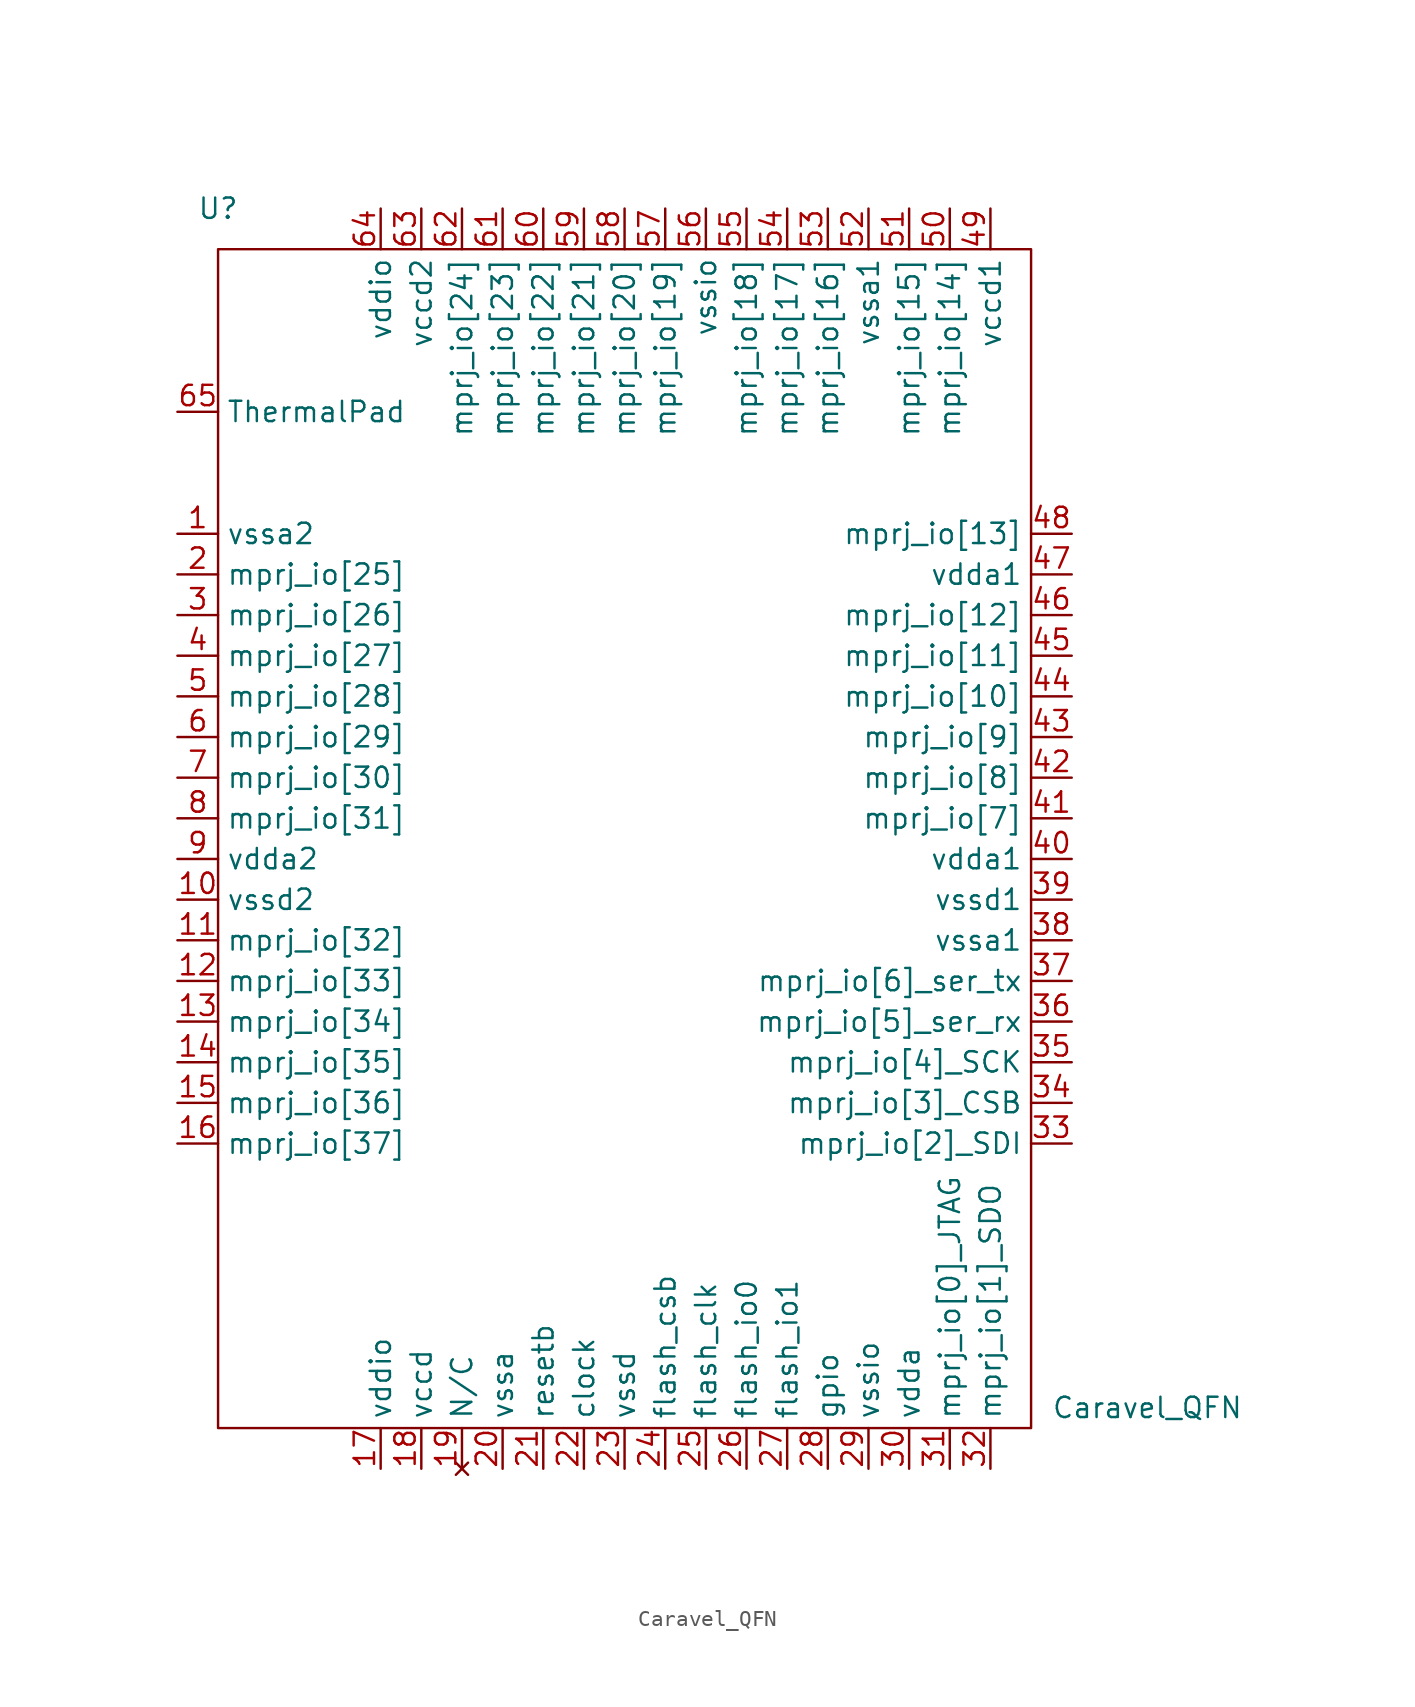
<source format=kicad_sym>
(kicad_symbol_lib
  (version 20211014)
  (generator kicad_symbol_editor)
  (symbol "Caravel_QFN"
    (property "Reference" "U"
      (at -26.67 43.18 0)
      (effects (font (size 1.27 1.27))))
    (property "Value" "Caravel_QFN"
      (at 25.4 -31.75 0)
      (effects (font (size 1.27 1.27)) (justify left)))
    (symbol "Caravel_QFN_0_1"
      (rectangle (start -26.67 40.64) (end 24.13 -33.02) (stroke (width 0) (type default) (color 0 0 0 0)) (fill (type none))))
    (symbol "Caravel_QFN_1_1"
      (pin power_in line (at -29.21 22.86 0) (length 2.54) (name "vssa2" (effects (font (size 1.27 1.27)))) (number "1" (effects (font (size 1.27 1.27)))))
      (pin power_in line (at -29.21 0 0) (length 2.54) (name "vssd2" (effects (font (size 1.27 1.27)))) (number "10" (effects (font (size 1.27 1.27)))))
      (pin bidirectional line (at -29.21 -2.54 0) (length 2.54) (name "mprj_io[32]" (effects (font (size 1.27 1.27)))) (number "11" (effects (font (size 1.27 1.27)))))
      (pin bidirectional line (at -29.21 -5.08 0) (length 2.54) (name "mprj_io[33]" (effects (font (size 1.27 1.27)))) (number "12" (effects (font (size 1.27 1.27)))))
      (pin bidirectional line (at -29.21 -7.62 0) (length 2.54) (name "mprj_io[34]" (effects (font (size 1.27 1.27)))) (number "13" (effects (font (size 1.27 1.27)))))
      (pin bidirectional line (at -29.21 -10.16 0) (length 2.54) (name "mprj_io[35]" (effects (font (size 1.27 1.27)))) (number "14" (effects (font (size 1.27 1.27)))))
      (pin bidirectional line (at -29.21 -12.7 0) (length 2.54) (name "mprj_io[36]" (effects (font (size 1.27 1.27)))) (number "15" (effects (font (size 1.27 1.27)))))
      (pin bidirectional line (at -29.21 -15.24 0) (length 2.54) (name "mprj_io[37]" (effects (font (size 1.27 1.27)))) (number "16" (effects (font (size 1.27 1.27)))))
      (pin power_in line (at -16.51 -35.56 90) (length 2.54) (name "vddio" (effects (font (size 1.27 1.27)))) (number "17" (effects (font (size 1.27 1.27)))))
      (pin power_in line (at -13.97 -35.56 90) (length 2.54) (name "vccd" (effects (font (size 1.27 1.27)))) (number "18" (effects (font (size 1.27 1.27)))))
      (pin no_connect line (at -11.43 -35.56 90) (length 2.54) (name "N/C" (effects (font (size 1.27 1.27)))) (number "19" (effects (font (size 1.27 1.27)))))
      (pin bidirectional line (at -29.21 20.32 0) (length 2.54) (name "mprj_io[25]" (effects (font (size 1.27 1.27)))) (number "2" (effects (font (size 1.27 1.27)))))
      (pin power_in line (at -8.89 -35.56 90) (length 2.54) (name "vssa" (effects (font (size 1.27 1.27)))) (number "20" (effects (font (size 1.27 1.27)))))
      (pin input line (at -6.35 -35.56 90) (length 2.54) (name "resetb" (effects (font (size 1.27 1.27)))) (number "21" (effects (font (size 1.27 1.27)))))
      (pin input line (at -3.81 -35.56 90) (length 2.54) (name "clock" (effects (font (size 1.27 1.27)))) (number "22" (effects (font (size 1.27 1.27)))))
      (pin power_in line (at -1.27 -35.56 90) (length 2.54) (name "vssd" (effects (font (size 1.27 1.27)))) (number "23" (effects (font (size 1.27 1.27)))))
      (pin output line (at 1.27 -35.56 90) (length 2.54) (name "flash_csb" (effects (font (size 1.27 1.27)))) (number "24" (effects (font (size 1.27 1.27)))))
      (pin output line (at 3.81 -35.56 90) (length 2.54) (name "flash_clk" (effects (font (size 1.27 1.27)))) (number "25" (effects (font (size 1.27 1.27)))))
      (pin bidirectional line (at 6.35 -35.56 90) (length 2.54) (name "flash_io0" (effects (font (size 1.27 1.27)))) (number "26" (effects (font (size 1.27 1.27)))))
      (pin bidirectional line (at 8.89 -35.56 90) (length 2.54) (name "flash_io1" (effects (font (size 1.27 1.27)))) (number "27" (effects (font (size 1.27 1.27)))))
      (pin bidirectional line (at 11.43 -35.56 90) (length 2.54) (name "gpio" (effects (font (size 1.27 1.27)))) (number "28" (effects (font (size 1.27 1.27)))))
      (pin power_in line (at 13.97 -35.56 90) (length 2.54) (name "vssio" (effects (font (size 1.27 1.27)))) (number "29" (effects (font (size 1.27 1.27)))))
      (pin bidirectional line (at -29.21 17.78 0) (length 2.54) (name "mprj_io[26]" (effects (font (size 1.27 1.27)))) (number "3" (effects (font (size 1.27 1.27)))))
      (pin power_in line (at 16.51 -35.56 90) (length 2.54) (name "vdda" (effects (font (size 1.27 1.27)))) (number "30" (effects (font (size 1.27 1.27)))))
      (pin bidirectional line (at 19.05 -35.56 90) (length 2.54) (name "mprj_io[0]_JTAG" (effects (font (size 1.27 1.27)))) (number "31" (effects (font (size 1.27 1.27)))))
      (pin bidirectional line (at 21.59 -35.56 90) (length 2.54) (name "mprj_io[1]_SDO" (effects (font (size 1.27 1.27)))) (number "32" (effects (font (size 1.27 1.27)))))
      (pin bidirectional line (at 26.67 -15.24 180) (length 2.54) (name "mprj_io[2]_SDI" (effects (font (size 1.27 1.27)))) (number "33" (effects (font (size 1.27 1.27)))))
      (pin bidirectional line (at 26.67 -12.7 180) (length 2.54) (name "mprj_io[3]_CSB" (effects (font (size 1.27 1.27)))) (number "34" (effects (font (size 1.27 1.27)))))
      (pin bidirectional line (at 26.67 -10.16 180) (length 2.54) (name "mprj_io[4]_SCK" (effects (font (size 1.27 1.27)))) (number "35" (effects (font (size 1.27 1.27)))))
      (pin bidirectional line (at 26.67 -7.62 180) (length 2.54) (name "mprj_io[5]_ser_rx" (effects (font (size 1.27 1.27)))) (number "36" (effects (font (size 1.27 1.27)))))
      (pin bidirectional line (at 26.67 -5.08 180) (length 2.54) (name "mprj_io[6]_ser_tx" (effects (font (size 1.27 1.27)))) (number "37" (effects (font (size 1.27 1.27)))))
      (pin power_in line (at 26.67 -2.54 180) (length 2.54) (name "vssa1" (effects (font (size 1.27 1.27)))) (number "38" (effects (font (size 1.27 1.27)))))
      (pin power_in line (at 26.67 0 180) (length 2.54) (name "vssd1" (effects (font (size 1.27 1.27)))) (number "39" (effects (font (size 1.27 1.27)))))
      (pin bidirectional line (at -29.21 15.24 0) (length 2.54) (name "mprj_io[27]" (effects (font (size 1.27 1.27)))) (number "4" (effects (font (size 1.27 1.27)))))
      (pin power_in line (at 26.67 2.54 180) (length 2.54) (name "vdda1" (effects (font (size 1.27 1.27)))) (number "40" (effects (font (size 1.27 1.27)))))
      (pin bidirectional line (at 26.67 5.08 180) (length 2.54) (name "mprj_io[7]" (effects (font (size 1.27 1.27)))) (number "41" (effects (font (size 1.27 1.27)))))
      (pin bidirectional line (at 26.67 7.62 180) (length 2.54) (name "mprj_io[8]" (effects (font (size 1.27 1.27)))) (number "42" (effects (font (size 1.27 1.27)))))
      (pin bidirectional line (at 26.67 10.16 180) (length 2.54) (name "mprj_io[9]" (effects (font (size 1.27 1.27)))) (number "43" (effects (font (size 1.27 1.27)))))
      (pin bidirectional line (at 26.67 12.7 180) (length 2.54) (name "mprj_io[10]" (effects (font (size 1.27 1.27)))) (number "44" (effects (font (size 1.27 1.27)))))
      (pin bidirectional line (at 26.67 15.24 180) (length 2.54) (name "mprj_io[11]" (effects (font (size 1.27 1.27)))) (number "45" (effects (font (size 1.27 1.27)))))
      (pin bidirectional line (at 26.67 17.78 180) (length 2.54) (name "mprj_io[12]" (effects (font (size 1.27 1.27)))) (number "46" (effects (font (size 1.27 1.27)))))
      (pin power_in line (at 26.67 20.32 180) (length 2.54) (name "vdda1" (effects (font (size 1.27 1.27)))) (number "47" (effects (font (size 1.27 1.27)))))
      (pin bidirectional line (at 26.67 22.86 180) (length 2.54) (name "mprj_io[13]" (effects (font (size 1.27 1.27)))) (number "48" (effects (font (size 1.27 1.27)))))
      (pin power_in line (at 21.59 43.18 270) (length 2.54) (name "vccd1" (effects (font (size 1.27 1.27)))) (number "49" (effects (font (size 1.27 1.27)))))
      (pin bidirectional line (at -29.21 12.7 0) (length 2.54) (name "mprj_io[28]" (effects (font (size 1.27 1.27)))) (number "5" (effects (font (size 1.27 1.27)))))
      (pin bidirectional line (at 19.05 43.18 270) (length 2.54) (name "mprj_io[14]" (effects (font (size 1.27 1.27)))) (number "50" (effects (font (size 1.27 1.27)))))
      (pin bidirectional line (at 16.51 43.18 270) (length 2.54) (name "mprj_io[15]" (effects (font (size 1.27 1.27)))) (number "51" (effects (font (size 1.27 1.27)))))
      (pin power_in line (at 13.97 43.18 270) (length 2.54) (name "vssa1" (effects (font (size 1.27 1.27)))) (number "52" (effects (font (size 1.27 1.27)))))
      (pin bidirectional line (at 11.43 43.18 270) (length 2.54) (name "mprj_io[16]" (effects (font (size 1.27 1.27)))) (number "53" (effects (font (size 1.27 1.27)))))
      (pin bidirectional line (at 8.89 43.18 270) (length 2.54) (name "mprj_io[17]" (effects (font (size 1.27 1.27)))) (number "54" (effects (font (size 1.27 1.27)))))
      (pin bidirectional line (at 6.35 43.18 270) (length 2.54) (name "mprj_io[18]" (effects (font (size 1.27 1.27)))) (number "55" (effects (font (size 1.27 1.27)))))
      (pin power_in line (at 3.81 43.18 270) (length 2.54) (name "vssio" (effects (font (size 1.27 1.27)))) (number "56" (effects (font (size 1.27 1.27)))))
      (pin bidirectional line (at 1.27 43.18 270) (length 2.54) (name "mprj_io[19]" (effects (font (size 1.27 1.27)))) (number "57" (effects (font (size 1.27 1.27)))))
      (pin bidirectional line (at -1.27 43.18 270) (length 2.54) (name "mprj_io[20]" (effects (font (size 1.27 1.27)))) (number "58" (effects (font (size 1.27 1.27)))))
      (pin bidirectional line (at -3.81 43.18 270) (length 2.54) (name "mprj_io[21]" (effects (font (size 1.27 1.27)))) (number "59" (effects (font (size 1.27 1.27)))))
      (pin bidirectional line (at -29.21 10.16 0) (length 2.54) (name "mprj_io[29]" (effects (font (size 1.27 1.27)))) (number "6" (effects (font (size 1.27 1.27)))))
      (pin bidirectional line (at -6.35 43.18 270) (length 2.54) (name "mprj_io[22]" (effects (font (size 1.27 1.27)))) (number "60" (effects (font (size 1.27 1.27)))))
      (pin bidirectional line (at -8.89 43.18 270) (length 2.54) (name "mprj_io[23]" (effects (font (size 1.27 1.27)))) (number "61" (effects (font (size 1.27 1.27)))))
      (pin bidirectional line (at -11.43 43.18 270) (length 2.54) (name "mprj_io[24]" (effects (font (size 1.27 1.27)))) (number "62" (effects (font (size 1.27 1.27)))))
      (pin power_in line (at -13.97 43.18 270) (length 2.54) (name "vccd2" (effects (font (size 1.27 1.27)))) (number "63" (effects (font (size 1.27 1.27)))))
      (pin power_in line (at -16.51 43.18 270) (length 2.54) (name "vddio" (effects (font (size 1.27 1.27)))) (number "64" (effects (font (size 1.27 1.27)))))
      (pin power_in line (at -29.21 30.48 0) (length 2.54) (name "ThermalPad" (effects (font (size 1.27 1.27)))) (number "65" (effects (font (size 1.27 1.27)))))
      (pin bidirectional line (at -29.21 7.62 0) (length 2.54) (name "mprj_io[30]" (effects (font (size 1.27 1.27)))) (number "7" (effects (font (size 1.27 1.27)))))
      (pin bidirectional line (at -29.21 5.08 0) (length 2.54) (name "mprj_io[31]" (effects (font (size 1.27 1.27)))) (number "8" (effects (font (size 1.27 1.27)))))
      (pin power_in line (at -29.21 2.54 0) (length 2.54) (name "vdda2" (effects (font (size 1.27 1.27)))) (number "9" (effects (font (size 1.27 1.27))))))))
</source>
